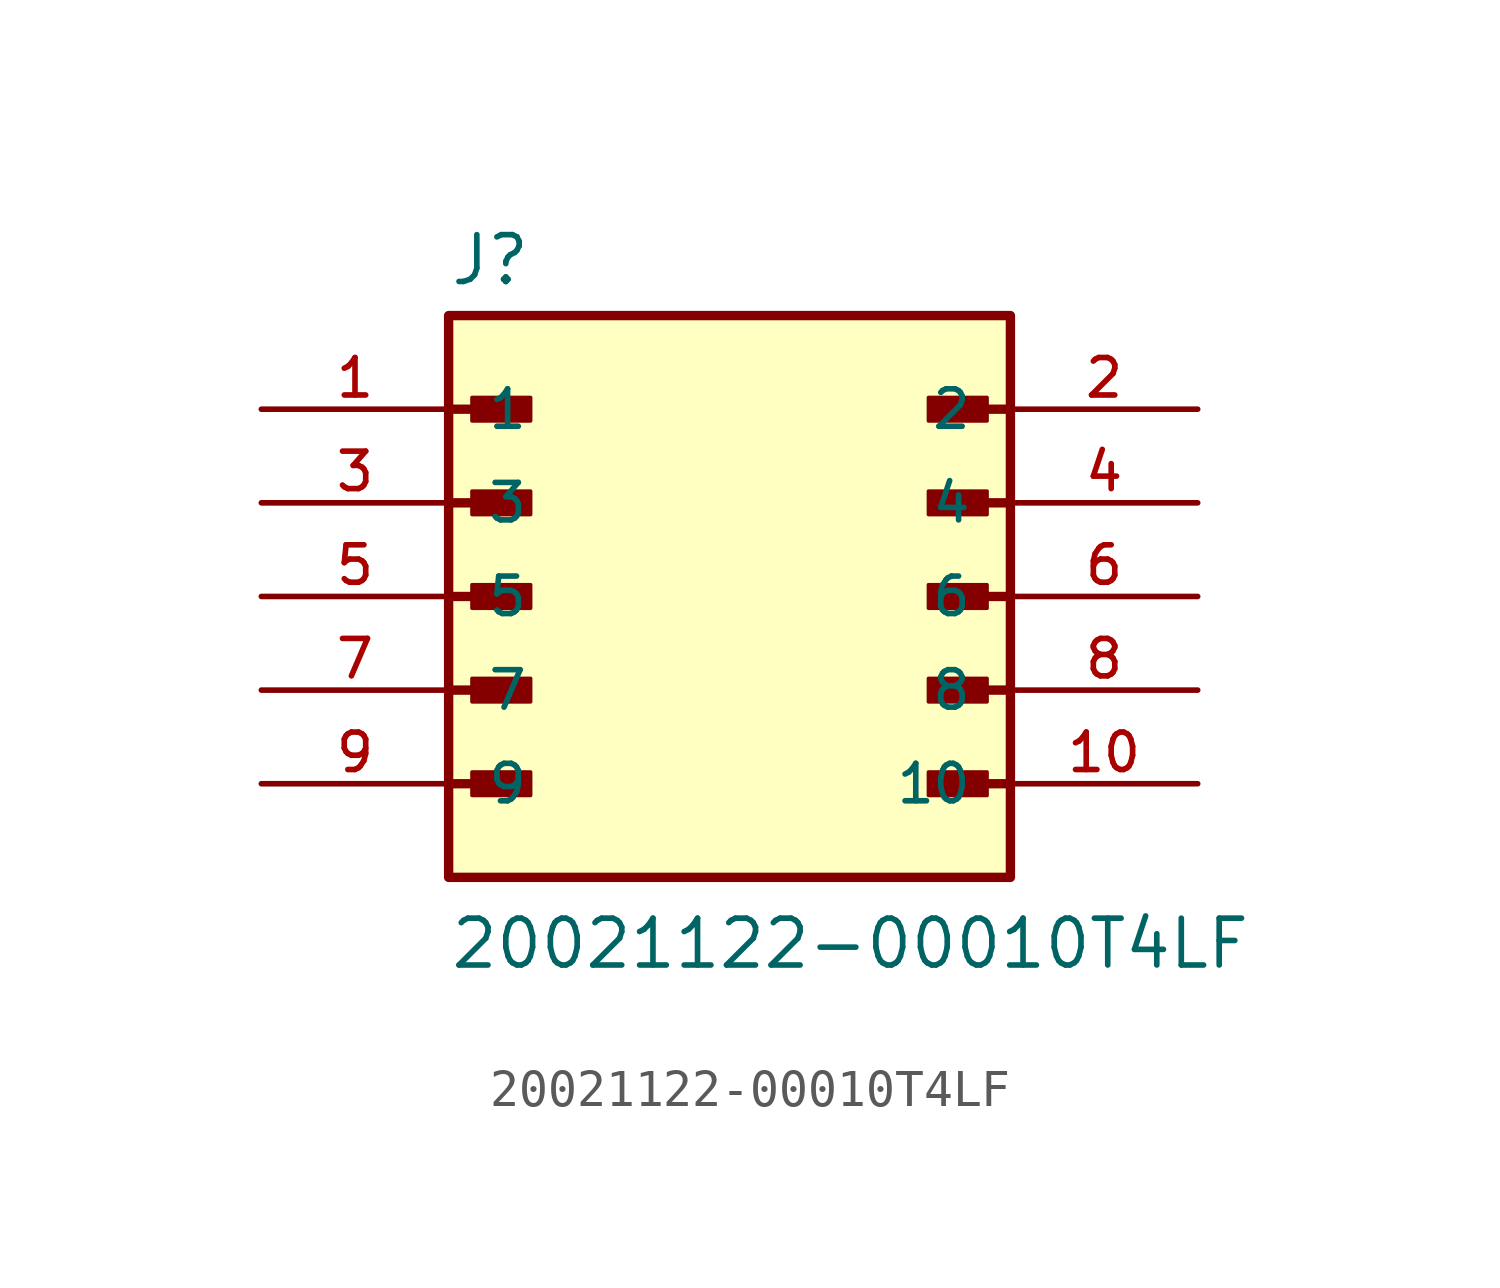
<source format=kicad_sym>
(kicad_symbol_lib
  (version 20211014)
  (generator kicad_symbol_editor)
  (symbol "20021122-00010T4LF"
    (pin_names
      (offset 1.016))
    (property "Reference" "J"
      (at -7.62 8.382 0)
      (effects (font (size 1.27 1.27)) (justify bottom left)))
    (property "Value" "20021122-00010T4LF"
      (at -7.62 -10.16 0)
      (effects (font (size 1.27 1.27)) (justify bottom left)))
    (symbol "20021122-00010T4LF_0_0"
      (polyline (pts (xy -7.62 5.08) (xy -5.715 5.08)) (stroke (width 0.254)))
      (rectangle (start -6.985 4.763) (end -5.397 5.397) (stroke (width 0.1)) (fill (type outline)))
      (polyline (pts (xy -7.62 2.54) (xy -5.715 2.54)) (stroke (width 0.254)))
      (rectangle (start -6.985 2.223) (end -5.397 2.857) (stroke (width 0.1)) (fill (type outline)))
      (polyline (pts (xy -7.62 0.0) (xy -5.715 0.0)) (stroke (width 0.254)))
      (rectangle (start -6.985 -0.318) (end -5.397 0.318) (stroke (width 0.1)) (fill (type outline)))
      (polyline (pts (xy -7.62 -2.54) (xy -5.715 -2.54)) (stroke (width 0.254)))
      (rectangle (start -6.985 -2.857) (end -5.397 -2.223) (stroke (width 0.1)) (fill (type outline)))
      (polyline (pts (xy -7.62 -5.08) (xy -5.715 -5.08)) (stroke (width 0.254)))
      (rectangle (start -6.985 -5.397) (end -5.397 -4.763) (stroke (width 0.1)) (fill (type outline)))
      (polyline (pts (xy 7.62 -5.08) (xy 5.715 -5.08)) (stroke (width 0.254)))
      (rectangle (start 5.397 -5.397) (end 6.985 -4.763) (stroke (width 0.1)) (fill (type outline)))
      (polyline (pts (xy 7.62 -2.54) (xy 5.715 -2.54)) (stroke (width 0.254)))
      (rectangle (start 5.397 -2.857) (end 6.985 -2.223) (stroke (width 0.1)) (fill (type outline)))
      (polyline (pts (xy 7.62 0.0) (xy 5.715 0.0)) (stroke (width 0.254)))
      (rectangle (start 5.397 -0.318) (end 6.985 0.318) (stroke (width 0.1)) (fill (type outline)))
      (polyline (pts (xy 7.62 2.54) (xy 5.715 2.54)) (stroke (width 0.254)))
      (rectangle (start 5.397 2.223) (end 6.985 2.857) (stroke (width 0.1)) (fill (type outline)))
      (polyline (pts (xy 7.62 5.08) (xy 5.715 5.08)) (stroke (width 0.254)))
      (rectangle (start 5.397 4.763) (end 6.985 5.397) (stroke (width 0.1)) (fill (type outline)))
      (rectangle (start -7.62 -7.62) (end 7.62 7.62) (stroke (width 0.254)) (fill (type background)))
      (pin passive line (at -12.7 5.08 0) (length 5.08) (name "1" (effects (font (size 1.016 1.016)))) (number "1" (effects (font (size 1.016 1.016)))))
      (pin passive line (at 12.7 5.08 180.0) (length 5.08) (name "2" (effects (font (size 1.016 1.016)))) (number "2" (effects (font (size 1.016 1.016)))))
      (pin passive line (at -12.7 2.54 0) (length 5.08) (name "3" (effects (font (size 1.016 1.016)))) (number "3" (effects (font (size 1.016 1.016)))))
      (pin passive line (at 12.7 2.54 180.0) (length 5.08) (name "4" (effects (font (size 1.016 1.016)))) (number "4" (effects (font (size 1.016 1.016)))))
      (pin passive line (at -12.7 0.0 0) (length 5.08) (name "5" (effects (font (size 1.016 1.016)))) (number "5" (effects (font (size 1.016 1.016)))))
      (pin passive line (at 12.7 0.0 180.0) (length 5.08) (name "6" (effects (font (size 1.016 1.016)))) (number "6" (effects (font (size 1.016 1.016)))))
      (pin passive line (at -12.7 -2.54 0) (length 5.08) (name "7" (effects (font (size 1.016 1.016)))) (number "7" (effects (font (size 1.016 1.016)))))
      (pin passive line (at 12.7 -2.54 180.0) (length 5.08) (name "8" (effects (font (size 1.016 1.016)))) (number "8" (effects (font (size 1.016 1.016)))))
      (pin passive line (at -12.7 -5.08 0) (length 5.08) (name "9" (effects (font (size 1.016 1.016)))) (number "9" (effects (font (size 1.016 1.016)))))
      (pin passive line (at 12.7 -5.08 180.0) (length 5.08) (name "10" (effects (font (size 1.016 1.016)))) (number "10" (effects (font (size 1.016 1.016))))))))
</source>
